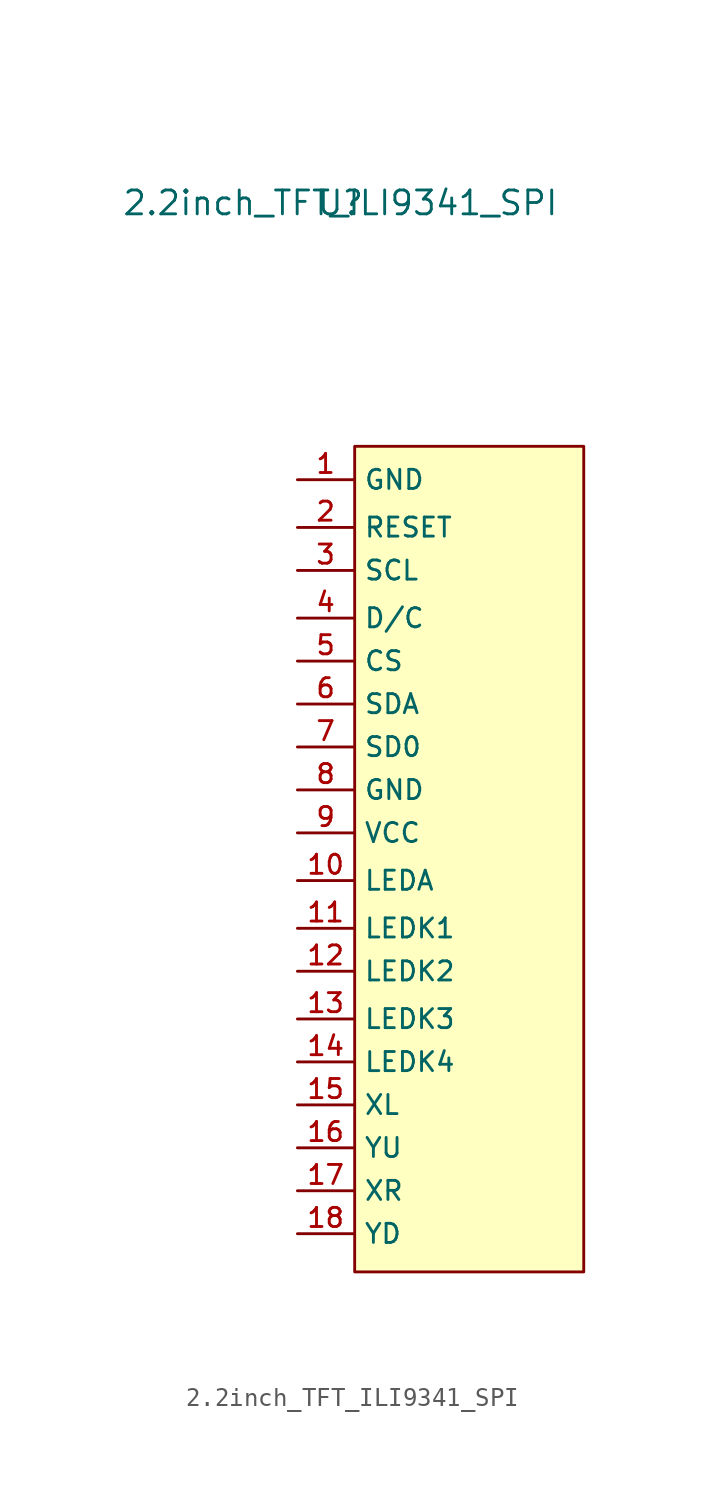
<source format=kicad_sym>
(kicad_symbol_lib
  (version 20220914)
  (generator kicad_symbol_editor)
  (symbol "2.2inch_TFT_ILI9341_SPI"
    (property "Reference" "U"
      (at -0.762 14.732 0)
      (effects (font (size 1.27 1.27))))
    (property "Value" "2.2inch_TFT_ILI9341_SPI"
      (at -0.762 14.732 0)
      (effects (font (size 1.27 1.27))))
    (symbol "2.2inch_TFT_ILI9341_SPI_0_0"
      (pin passive line (at -3.048 0 0) (length 3) (name "GND" (effects (font (size 1.016 1.016)))) (number "1" (effects (font (size 1.016 1.016)))))
      (pin passive line (at -3.048 -21.336 0) (length 3) (name "LEDA" (effects (font (size 1.016 1.016)))) (number "10" (effects (font (size 1.016 1.016)))))
      (pin passive line (at -3.048 -23.876 0) (length 3) (name "LEDK1" (effects (font (size 1.016 1.016)))) (number "11" (effects (font (size 1.016 1.016)))))
      (pin passive line (at -3.048 -26.162 0) (length 3) (name "LEDK2" (effects (font (size 1.016 1.016)))) (number "12" (effects (font (size 1.016 1.016)))))
      (pin passive line (at -3.048 -28.702 0) (length 3) (name "LEDK3" (effects (font (size 1.016 1.016)))) (number "13" (effects (font (size 1.016 1.016)))))
      (pin passive line (at -3.048 -30.988 0) (length 3) (name "LEDK4" (effects (font (size 1.016 1.016)))) (number "14" (effects (font (size 1.016 1.016)))))
      (pin passive line (at -3.048 -33.274 0) (length 3) (name "XL" (effects (font (size 1.016 1.016)))) (number "15" (effects (font (size 1.016 1.016)))))
      (pin passive line (at -3.048 -35.56 0) (length 3) (name "YU" (effects (font (size 1.016 1.016)))) (number "16" (effects (font (size 1.016 1.016)))))
      (pin passive line (at -3.048 -37.846 0) (length 3) (name "XR" (effects (font (size 1.016 1.016)))) (number "17" (effects (font (size 1.016 1.016)))))
      (pin passive line (at -3.048 -40.132 0) (length 3) (name "YD" (effects (font (size 1.016 1.016)))) (number "18" (effects (font (size 1.016 1.016)))))
      (pin passive line (at -3.048 -2.54 0) (length 3) (name "RESET" (effects (font (size 1.016 1.016)))) (number "2" (effects (font (size 1.016 1.016)))))
      (pin passive line (at -3.048 -4.826 0) (length 3) (name "SCL" (effects (font (size 1.016 1.016)))) (number "3" (effects (font (size 1.016 1.016)))))
      (pin passive line (at -3.048 -7.366 0) (length 3) (name "D/C" (effects (font (size 1.016 1.016)))) (number "4" (effects (font (size 1.016 1.016)))))
      (pin passive line (at -3.048 -9.652 0) (length 3) (name "CS" (effects (font (size 1.016 1.016)))) (number "5" (effects (font (size 1.016 1.016)))))
      (pin passive line (at -3.048 -11.938 0) (length 3) (name "SDA" (effects (font (size 1.016 1.016)))) (number "6" (effects (font (size 1.016 1.016)))))
      (pin passive line (at -3.048 -14.224 0) (length 3) (name "SD0" (effects (font (size 1.016 1.016)))) (number "7" (effects (font (size 1.016 1.016)))))
      (pin passive line (at -3.048 -16.51 0) (length 3) (name "GND" (effects (font (size 1.016 1.016)))) (number "8" (effects (font (size 1.016 1.016)))))
      (pin passive line (at -3.048 -18.796 0) (length 3) (name "VCC" (effects (font (size 1.016 1.016)))) (number "9" (effects (font (size 1.016 1.016))))))
    (symbol "2.2inch_TFT_ILI9341_SPI_0_1"
      (rectangle (start 0 1.778) (end 12.192 -42.164) (stroke (width 0) (type default)) (fill (type background))))))
</source>
